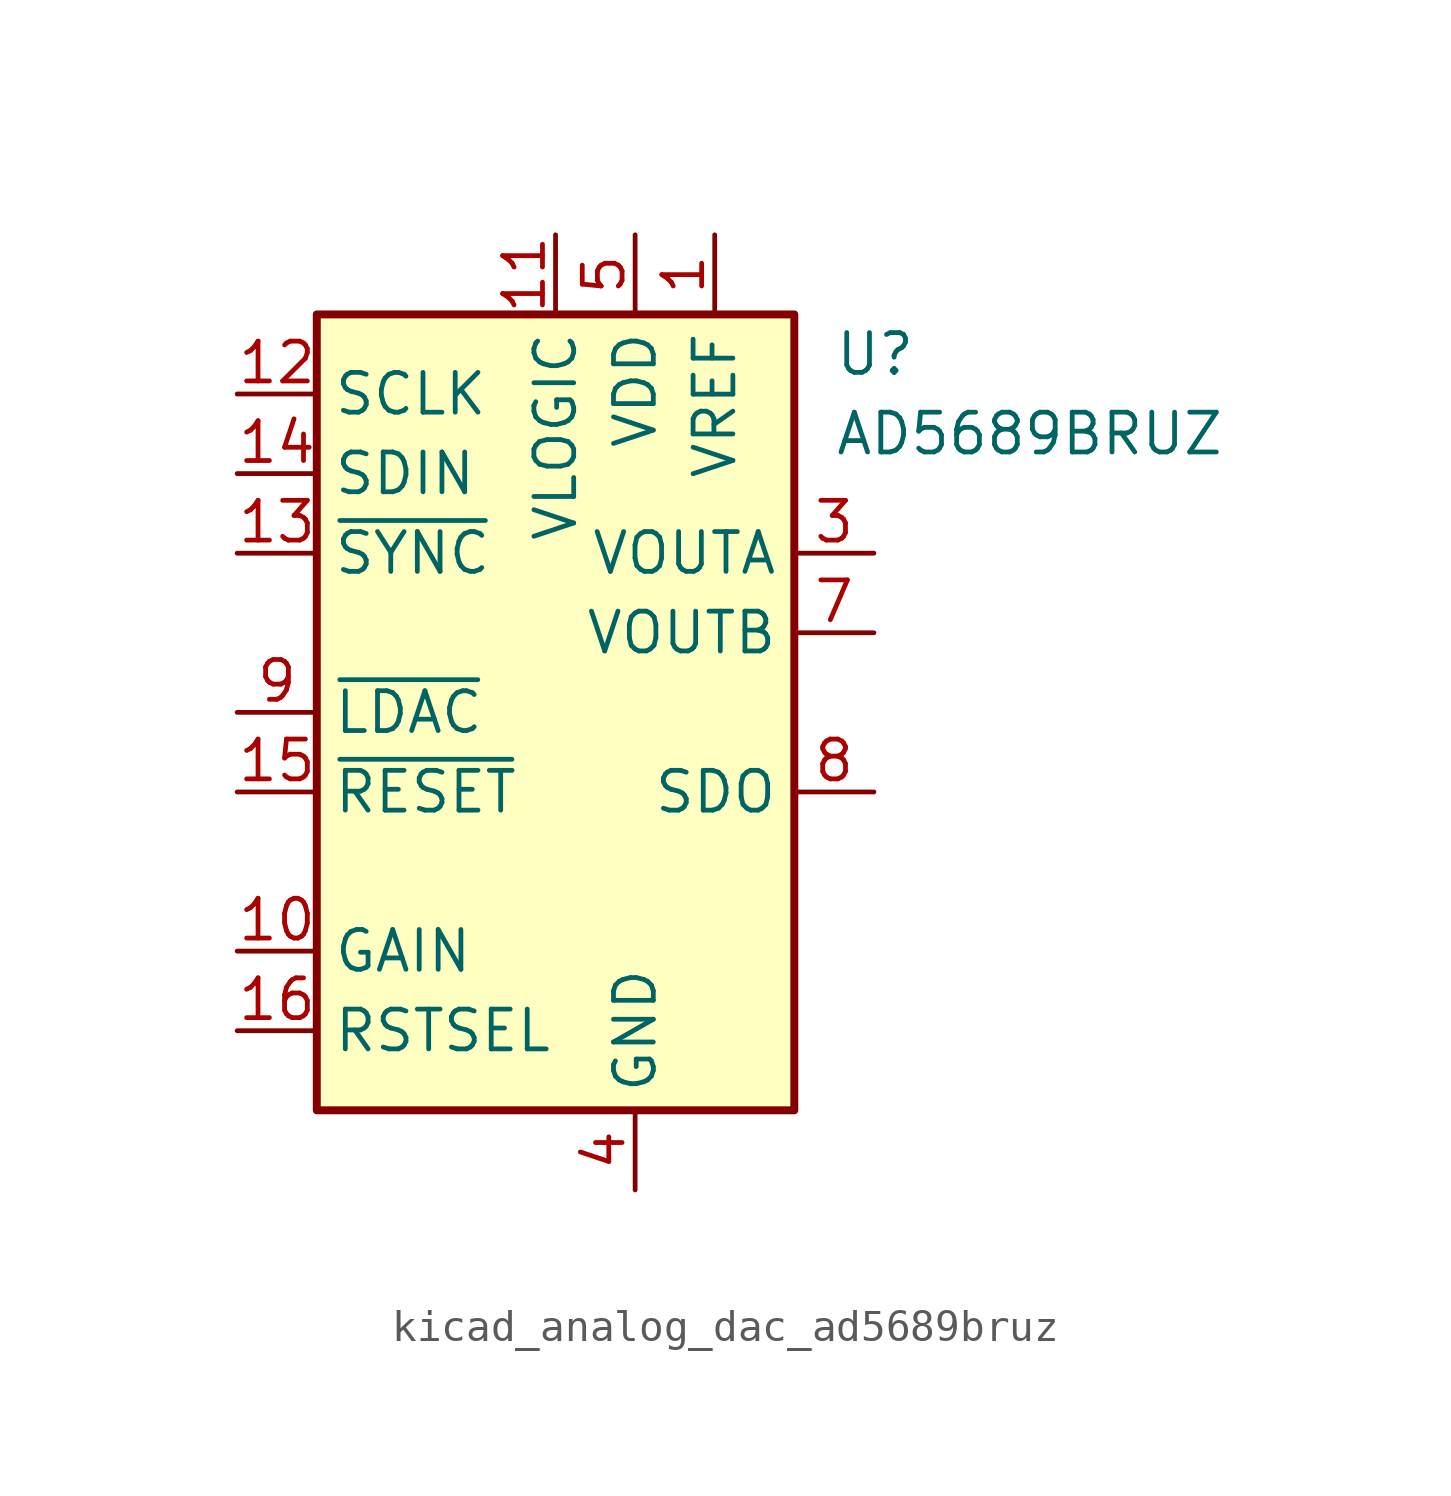
<source format=kicad_sym>
(kicad_symbol_lib
  (version 20220914)
  (generator kicad_symbol_editor)
  (symbol "kicad_analog_dac_ad5689bruz"
    (property "Reference" "U"
      (at 8.89 11.43 0)
      (effects (font (size 1.27 1.27)) (justify left)))
    (property "Value" "AD5689BRUZ"
      (at 8.89 8.89 0)
      (effects (font (size 1.27 1.27)) (justify left)))
    (symbol "kicad_analog_dac_ad5689bruz_0_1"
      (rectangle (start -7.62 12.7) (end 7.62 -12.7) (stroke (width 0.254) (type default)) (fill (type background))))
    (symbol "kicad_analog_dac_ad5689bruz_1_1"
      (pin power_in line (at 5.08 15.24 270) (length 2.54) (name "VREF" (effects (font (size 1.27 1.27)))) (number "1" (effects (font (size 1.27 1.27)))))
      (pin input line (at -10.16 -7.62 0) (length 2.54) (name "GAIN" (effects (font (size 1.27 1.27)))) (number "10" (effects (font (size 1.27 1.27)))))
      (pin power_in line (at 0 15.24 270) (length 2.54) (name "VLOGIC" (effects (font (size 1.27 1.27)))) (number "11" (effects (font (size 1.27 1.27)))))
      (pin input line (at -10.16 10.16 0) (length 2.54) (name "SCLK" (effects (font (size 1.27 1.27)))) (number "12" (effects (font (size 1.27 1.27)))))
      (pin input line (at -10.16 5.08 0) (length 2.54) (name "~{SYNC}" (effects (font (size 1.27 1.27)))) (number "13" (effects (font (size 1.27 1.27)))))
      (pin input line (at -10.16 7.62 0) (length 2.54) (name "SDIN" (effects (font (size 1.27 1.27)))) (number "14" (effects (font (size 1.27 1.27)))))
      (pin input line (at -10.16 -2.54 0) (length 2.54) (name "~{RESET}" (effects (font (size 1.27 1.27)))) (number "15" (effects (font (size 1.27 1.27)))))
      (pin input line (at -10.16 -10.16 0) (length 2.54) (name "RSTSEL" (effects (font (size 1.27 1.27)))) (number "16" (effects (font (size 1.27 1.27)))))
      (pin no_connect line (at 7.62 -5.08 180) (length 2.54) hide (name "NC" (effects (font (size 1.27 1.27)))) (number "2" (effects (font (size 1.27 1.27)))))
      (pin output line (at 10.16 5.08 180) (length 2.54) (name "VOUTA" (effects (font (size 1.27 1.27)))) (number "3" (effects (font (size 1.27 1.27)))))
      (pin power_in line (at 2.54 -15.24 90) (length 2.54) (name "GND" (effects (font (size 1.27 1.27)))) (number "4" (effects (font (size 1.27 1.27)))))
      (pin power_in line (at 2.54 15.24 270) (length 2.54) (name "VDD" (effects (font (size 1.27 1.27)))) (number "5" (effects (font (size 1.27 1.27)))))
      (pin no_connect line (at 7.62 -7.62 180) (length 2.54) hide (name "NC" (effects (font (size 1.27 1.27)))) (number "6" (effects (font (size 1.27 1.27)))))
      (pin output line (at 10.16 2.54 180) (length 2.54) (name "VOUTB" (effects (font (size 1.27 1.27)))) (number "7" (effects (font (size 1.27 1.27)))))
      (pin output line (at 10.16 -2.54 180) (length 2.54) (name "SDO" (effects (font (size 1.27 1.27)))) (number "8" (effects (font (size 1.27 1.27)))))
      (pin input line (at -10.16 0 0) (length 2.54) (name "~{LDAC}" (effects (font (size 1.27 1.27)))) (number "9" (effects (font (size 1.27 1.27))))))))
</source>
